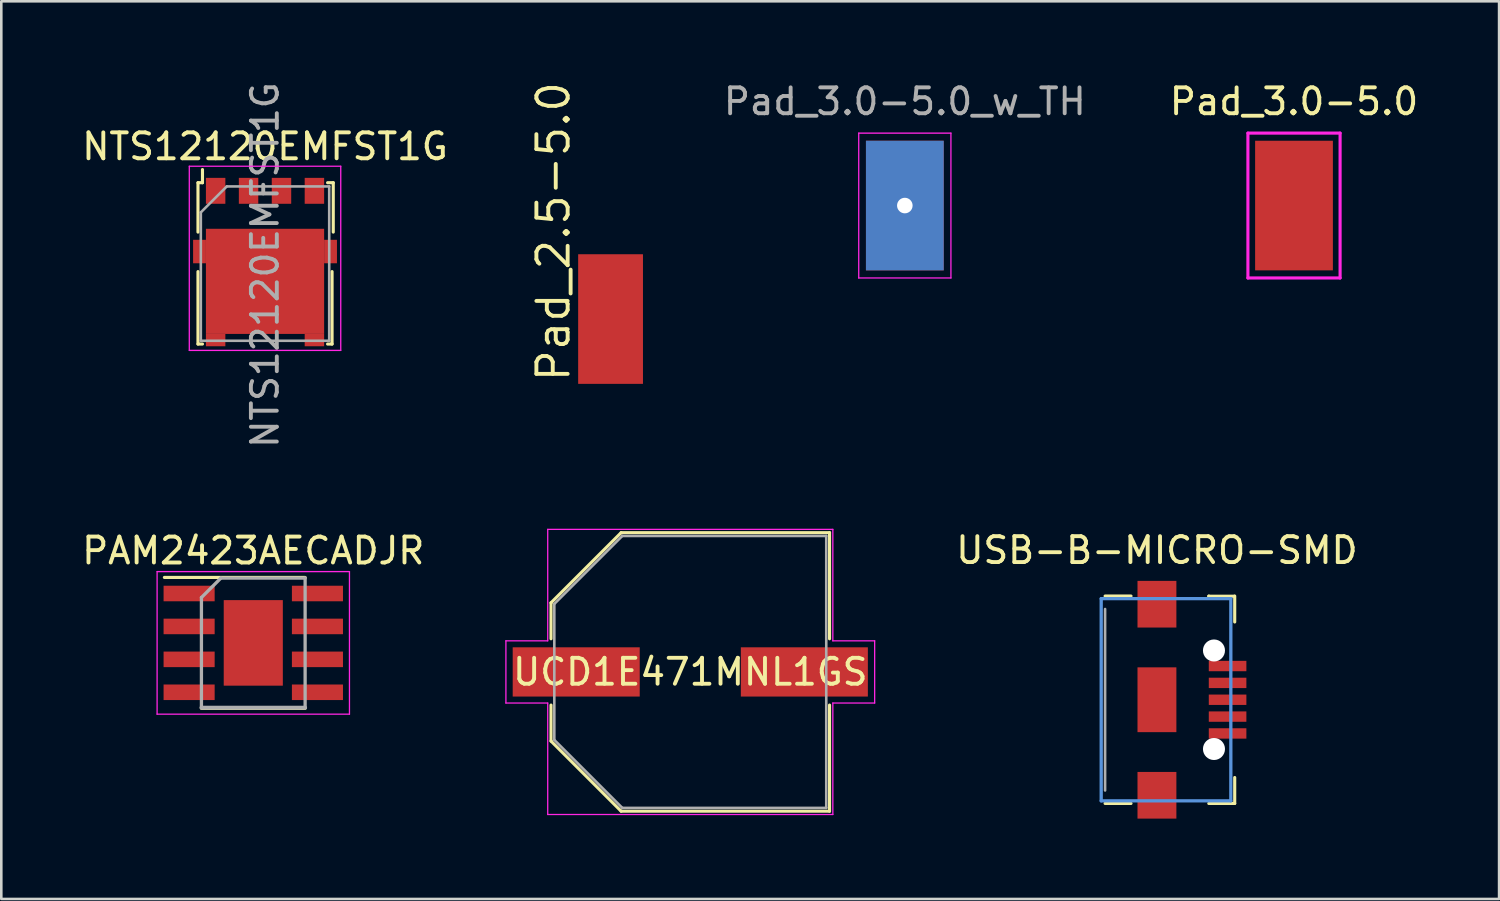
<source format=kicad_pcb>
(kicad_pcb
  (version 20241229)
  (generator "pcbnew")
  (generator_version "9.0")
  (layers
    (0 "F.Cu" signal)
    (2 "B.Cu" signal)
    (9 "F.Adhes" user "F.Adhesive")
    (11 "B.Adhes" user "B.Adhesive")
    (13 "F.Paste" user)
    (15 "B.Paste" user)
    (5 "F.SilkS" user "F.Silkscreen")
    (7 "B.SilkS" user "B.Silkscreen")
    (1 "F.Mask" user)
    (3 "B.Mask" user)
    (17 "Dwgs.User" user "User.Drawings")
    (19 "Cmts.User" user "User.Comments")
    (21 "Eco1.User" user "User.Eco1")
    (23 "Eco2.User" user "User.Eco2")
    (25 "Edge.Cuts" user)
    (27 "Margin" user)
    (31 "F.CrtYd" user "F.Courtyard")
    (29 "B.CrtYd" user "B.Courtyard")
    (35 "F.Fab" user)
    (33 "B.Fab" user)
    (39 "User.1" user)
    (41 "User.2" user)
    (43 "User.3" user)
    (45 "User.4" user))
  (footprint "Pad_2.5-5.0"
    (layer "F.Cu")
    (at 20.502 9.257)
    (property "Reference" "Pad_2.5-5.0" (at -1.5 2.5 90) (layer "F.SilkS") (effects (font (size 1.206 1.206) (thickness 0.15)) (justify left bottom)))
    (attr through_hole)
    (pad "1" smd rect (at 0 0) (size 2.5 5) (layers "F.Cu" "F.Mask" "F.Paste")))
  (footprint "PAM2423AECADJR"
    (layer "F.Cu")
    (at 6.72 21.749)
    (property "Reference" "PAM2423AECADJR" (at 0 -3.556 0) (layer "F.SilkS") (effects (font (size 1 1) (thickness 0.15))))
    (attr smd)
    (fp_line (start -3.429 -2.525) (end 2 -2.525) (stroke (width 0.12) (type solid)) (layer "F.SilkS"))
    (fp_line (start -2 2.525) (end 2 2.525) (stroke (width 0.12) (type solid)) (layer "F.SilkS"))
    (fp_line (start -3.71 -2.75) (end -3.71 2.75) (stroke (width 0.05) (type solid)) (layer "F.CrtYd"))
    (fp_line (start -3.71 -2.75) (end 3.71 -2.75) (stroke (width 0.05) (type solid)) (layer "F.CrtYd"))
    (fp_line (start -3.71 2.75) (end 3.71 2.75) (stroke (width 0.05) (type solid)) (layer "F.CrtYd"))
    (fp_line (start 3.71 -2.75) (end 3.71 2.75) (stroke (width 0.05) (type solid)) (layer "F.CrtYd"))
    (fp_line (start -2 -1.75) (end -2 2.5) (stroke (width 0.127) (type solid)) (layer "F.Fab"))
    (fp_line (start -2 -1.75) (end -1.25 -2.5) (stroke (width 0.127) (type solid)) (layer "F.Fab"))
    (fp_line (start -2 2.5) (end 2 2.5) (stroke (width 0.15) (type solid)) (layer "F.Fab"))
    (fp_line (start -1.25 -2.5) (end 2 -2.5) (stroke (width 0.127) (type solid)) (layer "F.Fab"))
    (fp_line (start 2 -2.5) (end 2 2.5) (stroke (width 0.127) (type solid)) (layer "F.Fab"))
    (pad "1" smd rect (at -2.475 -1.905) (size 1.97 0.6) (layers "F.Cu" "F.Mask" "F.Paste"))
    (pad "2" smd rect (at -2.475 -0.635) (size 1.97 0.6) (layers "F.Cu" "F.Mask" "F.Paste"))
    (pad "3" smd rect (at -2.475 0.635) (size 1.97 0.6) (layers "F.Cu" "F.Mask" "F.Paste"))
    (pad "4" smd rect (at -2.475 1.905) (size 1.97 0.6) (layers "F.Cu" "F.Mask" "F.Paste"))
    (pad "5" smd rect (at 2.475 1.905) (size 1.97 0.6) (layers "F.Cu" "F.Mask" "F.Paste"))
    (pad "6" smd rect (at 2.475 0.635) (size 1.97 0.6) (layers "F.Cu" "F.Mask" "F.Paste"))
    (pad "7" smd rect (at 2.475 -0.635) (size 1.97 0.6) (layers "F.Cu" "F.Mask" "F.Paste"))
    (pad "8" smd rect (at 2.475 -1.905) (size 1.97 0.6) (layers "F.Cu" "F.Mask" "F.Paste"))
    (pad "9" smd rect (at 0 0) (size 2.28 3.3) (layers "F.Cu" "F.Mask" "F.Paste")))
  (footprint "Pad_3.0-5.0"
    (layer "F.Cu")
    (at 46.865 4.879)
    (property "Reference" "Pad_3.0-5.0" (at 0 -3.429 180) (layer "F.SilkS") (effects (font (size 1 1) (thickness 0.15)) (justify bottom)))
    (attr through_hole)
    (fp_line (start -1.778 -2.794) (end 1.778 -2.794) (stroke (width 0.12) (type solid)) (layer "F.CrtYd"))
    (fp_line (start -1.778 2.794) (end -1.778 -2.794) (stroke (width 0.12) (type solid)) (layer "F.CrtYd"))
    (fp_line (start 1.778 -2.794) (end 1.778 2.794) (stroke (width 0.12) (type solid)) (layer "F.CrtYd"))
    (fp_line (start 1.778 2.794) (end -1.778 2.794) (stroke (width 0.12) (type solid)) (layer "F.CrtYd"))
    (pad "1" smd rect (at 0 0) (size 3 5) (layers "F.Cu" "F.Mask" "F.Paste")))
  (footprint "Pad_3.0-5.0_w_TH"
    (layer "F.Cu")
    (at 31.853 4.879)
    (property "Reference" "Pad_3.0-5.0_w_TH" (at 0 -3.429 180) (layer "F.Fab") (effects (font (size 1 1) (thickness 0.15)) (justify bottom)))
    (attr through_hole)
    (fp_line (start -1.778 -2.794) (end 1.778 -2.794) (stroke (width 0.05) (type solid)) (layer "F.CrtYd"))
    (fp_line (start -1.778 2.794) (end -1.778 -2.794) (stroke (width 0.05) (type solid)) (layer "F.CrtYd"))
    (fp_line (start 1.778 -2.794) (end 1.778 2.794) (stroke (width 0.05) (type solid)) (layer "F.CrtYd"))
    (fp_line (start 1.778 2.794) (end -1.778 2.794) (stroke (width 0.05) (type solid)) (layer "F.CrtYd"))
    (pad "1" thru_hole rect (at 0 0) (size 3 5) (drill 0.6) (layers "*.Cu" "*.Mask")))
  (footprint "UCD1E471MNL1GS"
    (layer "F.Cu")
    (at 23.577 22.869)
    (property "Reference" "UCD1E471MNL1GS" (at 0 0 0) (layer "F.SilkS") (effects (font (size 1 1) (thickness 0.15))))
    (attr smd)
    (fp_line (start -5.372 -2.667) (end -5.372 -1.279) (stroke (width 0.12) (type solid)) (layer "F.SilkS"))
    (fp_line (start -5.372 1.279) (end -5.372 2.667) (stroke (width 0.12) (type solid)) (layer "F.SilkS"))
    (fp_line (start -2.667 -5.372) (end -5.372 -2.667) (stroke (width 0.12) (type solid)) (layer "F.SilkS"))
    (fp_line (start -2.667 5.372) (end -5.372 2.667) (stroke (width 0.12) (type solid)) (layer "F.SilkS"))
    (fp_line (start -2.667 5.372) (end 5.372 5.372) (stroke (width 0.12) (type solid)) (layer "F.SilkS"))
    (fp_line (start 5.372 -5.372) (end -2.667 -5.372) (stroke (width 0.12) (type solid)) (layer "F.SilkS"))
    (fp_line (start 5.372 -1.279) (end 5.372 -5.372) (stroke (width 0.12) (type solid)) (layer "F.SilkS"))
    (fp_line (start 5.372 5.372) (end 5.372 1.279) (stroke (width 0.12) (type solid)) (layer "F.SilkS"))
    (fp_line (start -7.112 -1.2) (end -5.499 -1.2) (stroke (width 0.05) (type solid)) (layer "F.CrtYd"))
    (fp_line (start -7.112 1.2) (end -7.112 -1.2) (stroke (width 0.05) (type solid)) (layer "F.CrtYd"))
    (fp_line (start -5.499 -5.499) (end 5.499 -5.499) (stroke (width 0.05) (type solid)) (layer "F.CrtYd"))
    (fp_line (start -5.499 -1.2) (end -5.499 -5.499) (stroke (width 0.05) (type solid)) (layer "F.CrtYd"))
    (fp_line (start -5.499 1.2) (end -7.112 1.2) (stroke (width 0.05) (type solid)) (layer "F.CrtYd"))
    (fp_line (start -5.499 5.499) (end -5.499 1.2) (stroke (width 0.05) (type solid)) (layer "F.CrtYd"))
    (fp_line (start 5.499 -5.499) (end 5.499 -1.2) (stroke (width 0.05) (type solid)) (layer "F.CrtYd"))
    (fp_line (start 5.499 -1.2) (end 7.112 -1.2) (stroke (width 0.05) (type solid)) (layer "F.CrtYd"))
    (fp_line (start 5.499 1.2) (end 5.499 5.499) (stroke (width 0.05) (type solid)) (layer "F.CrtYd"))
    (fp_line (start 5.499 5.499) (end -5.499 5.499) (stroke (width 0.05) (type solid)) (layer "F.CrtYd"))
    (fp_line (start 7.112 -1.2) (end 7.112 1.2) (stroke (width 0.05) (type solid)) (layer "F.CrtYd"))
    (fp_line (start 7.112 1.2) (end 5.499 1.2) (stroke (width 0.05) (type solid)) (layer "F.CrtYd"))
    (fp_line (start -5.245 -2.623) (end -5.245 2.623) (stroke (width 0.1) (type solid)) (layer "F.Fab"))
    (fp_line (start -5.245 -2.623) (end -2.623 -5.245) (stroke (width 0.1) (type solid)) (layer "F.Fab"))
    (fp_line (start -5.245 2.623) (end -2.623 5.245) (stroke (width 0.1) (type solid)) (layer "F.Fab"))
    (fp_line (start -2.623 5.245) (end 5.245 5.245) (stroke (width 0.1) (type solid)) (layer "F.Fab"))
    (fp_line (start 5.245 -5.245) (end -2.623 -5.245) (stroke (width 0.1) (type solid)) (layer "F.Fab"))
    (fp_line (start 5.245 5.245) (end 5.245 -5.245) (stroke (width 0.1) (type solid)) (layer "F.Fab"))
    (pad "1" smd rect (at -4.4 0) (size 4.9 1.9) (layers "F.Cu" "F.Mask" "F.Paste"))
    (pad "2" smd rect (at 4.4 0) (size 4.9 1.9) (layers "F.Cu" "F.Mask" "F.Paste")))
  (footprint "NTS12120EMFST1G"
    (layer "F.Cu")
    (at 7.173 5.776)
    (property "Reference" "NTS12120EMFST1G" (at 0 -3.175 0) (layer "F.SilkS") (effects (font (size 1 1) (thickness 0.15))))
    (attr smd)
    (fp_line (start -2.586 0.127) (end -2.586 -1.778) (stroke (width 0.12) (type solid)) (layer "F.SilkS"))
    (fp_line (start -2.586 4.445) (end -2.586 1.651) (stroke (width 0.12) (type solid)) (layer "F.SilkS"))
    (fp_line (start -2.586 4.445) (end -2.413 4.445) (stroke (width 0.12) (type solid)) (layer "F.SilkS"))
    (fp_line (start -2.413 -1.778) (end -2.586 -1.778) (stroke (width 0.12) (type solid)) (layer "F.SilkS"))
    (fp_line (start -2.413 -1.778) (end -2.413 -2.286) (stroke (width 0.12) (type solid)) (layer "F.SilkS"))
    (fp_line (start 2.413 -1.778) (end 2.632 -1.778) (stroke (width 0.12) (type solid)) (layer "F.SilkS"))
    (fp_line (start 2.413 4.445) (end 2.586 4.445) (stroke (width 0.12) (type solid)) (layer "F.SilkS"))
    (fp_line (start 2.586 4.445) (end 2.586 1.651) (stroke (width 0.12) (type solid)) (layer "F.SilkS"))
    (fp_line (start 2.632 0.127) (end 2.632 -1.778) (stroke (width 0.12) (type solid)) (layer "F.SilkS"))
    (fp_line (start -2.921 -2.413) (end -2.921 4.69) (stroke (width 0.05) (type solid)) (layer "F.CrtYd"))
    (fp_line (start -2.921 4.69) (end 2.921 4.69) (stroke (width 0.05) (type solid)) (layer "F.CrtYd"))
    (fp_line (start 2.921 -2.413) (end -2.921 -2.413) (stroke (width 0.05) (type solid)) (layer "F.CrtYd"))
    (fp_line (start 2.921 4.69) (end 2.921 -2.413) (stroke (width 0.05) (type solid)) (layer "F.CrtYd"))
    (fp_line (start -2.476 -0.635) (end -2.476 4.318) (stroke (width 0.1) (type solid)) (layer "F.Fab"))
    (fp_line (start -2.476 -0.635) (end -1.476 -1.635) (stroke (width 0.1) (type solid)) (layer "F.Fab"))
    (fp_line (start -2.476 4.318) (end 2.476 4.318) (stroke (width 0.1) (type solid)) (layer "F.Fab"))
    (fp_line (start 2.476 -1.635) (end -1.476 -1.635) (stroke (width 0.1) (type solid)) (layer "F.Fab"))
    (fp_line (start 2.476 4.318) (end 2.476 -1.635) (stroke (width 0.1) (type solid)) (layer "F.Fab"))
    (fp_text user "${REFERENCE}" (at 0 1.397 270) (layer "F.Fab") (effects (font (size 1 1) (thickness 0.15))))
    (pad "1" smd rect (at -1.905 -1.465) (size 0.75 1) (layers "F.Cu" "F.Mask" "F.Paste"))
    (pad "2" smd rect (at -0.635 -1.465) (size 0.75 1) (layers "F.Cu" "F.Mask" "F.Paste"))
    (pad "3" smd rect (at 0.635 -1.465) (size 0.75 1) (layers "F.Cu" "F.Mask" "F.Paste"))
    (pad "4" smd rect (at 1.905 -1.465) (size 0.75 1) (layers "F.Cu" "F.Mask" "F.Paste"))
    (pad "5" smd rect (at -2.527 0.877) (size 0.495 0.905) (layers "F.Cu" "F.Mask" "F.Paste"))
    (pad "5" smd rect (at -1.905 4.293) (size 0.75 0.475) (layers "F.Cu" "F.Mask" "F.Paste"))
    (pad "5" smd rect (at 0 2.027) (size 4.56 4.055) (layers "F.Cu" "F.Mask" "F.Paste"))
    (pad "5" smd rect (at 1.905 4.293) (size 0.75 0.475) (layers "F.Cu" "F.Mask" "F.Paste"))
    (pad "5" smd rect (at 2.527 0.877) (size 0.495 0.905) (layers "F.Cu" "F.Mask" "F.Paste")))
  (footprint "USB-B-MICRO-SMD"
    (layer "F.Cu")
    (at 41.578 23.942)
    (property "Reference" "USB-B-MICRO-SMD" (at 0 -6.35 0) (layer "F.SilkS") (effects (font (size 1 1) (thickness 0.15)) (justify top)))
    (attr through_hole)
    (fp_poly (pts (xy -0.85 -2.684) (xy 0.85 -2.684) (xy 0.85 -4.684) (xy -0.85 -4.684)) (stroke (width 0) (type solid)) (fill yes) (layer "F.Mask"))
    (fp_poly (pts (xy -0.85 1.35) (xy 0.85 1.35) (xy 0.85 -1.35) (xy -0.85 -1.35)) (stroke (width 0) (type solid)) (fill yes) (layer "F.Mask"))
    (fp_poly (pts (xy -0.85 4.684) (xy 0.85 4.684) (xy 0.85 2.684) (xy -0.85 2.684)) (stroke (width 0) (type solid)) (fill yes) (layer "F.Mask"))
    (fp_line (start -1 -4) (end -2 -4) (stroke (width 0.12) (type solid)) (layer "F.SilkS"))
    (fp_line (start -1 4) (end -2 4) (stroke (width 0.12) (type solid)) (layer "F.SilkS"))
    (fp_line (start 2 -3.993) (end 2 -4) (stroke (width 0.12) (type solid)) (layer "F.SilkS"))
    (fp_line (start 2 4) (end 3 4) (stroke (width 0.12) (type solid)) (layer "F.SilkS"))
    (fp_line (start 2.982 -3.993) (end 2 -3.993) (stroke (width 0.12) (type solid)) (layer "F.SilkS"))
    (fp_line (start 3 -4) (end 3 -3) (stroke (width 0.12) (type solid)) (layer "F.SilkS"))
    (fp_line (start 3 4) (end 3 3) (stroke (width 0.12) (type solid)) (layer "F.SilkS"))
    (fp_poly (pts (xy -0.75 -2.784) (xy 0.75 -2.784) (xy 0.75 -4.584) (xy -0.75 -4.584)) (stroke (width 0) (type solid)) (fill yes) (layer "F.Paste"))
    (fp_poly (pts (xy -0.75 4.584) (xy 0.75 4.584) (xy 0.75 2.784) (xy -0.75 2.784)) (stroke (width 0) (type solid)) (fill yes) (layer "F.Paste"))
    (fp_poly (pts (xy -0.35 0.75) (xy 0.35 0.75) (xy 0.35 -0.75) (xy -0.35 -0.75)) (stroke (width 0) (type solid)) (fill yes) (layer "F.Paste"))
    (fp_line (start -2.15 -3.9) (end -2.15 3.9) (stroke (width 0.127) (type solid)) (layer "Cmts.User"))
    (fp_line (start 2.85 -3.9) (end -2.15 -3.9) (stroke (width 0.127) (type solid)) (layer "Cmts.User"))
    (fp_line (start 2.85 -3.9) (end 2.85 3.9) (stroke (width 0.127) (type solid)) (layer "Cmts.User"))
    (fp_line (start 2.85 3.9) (end -2.15 3.9) (stroke (width 0.127) (type solid)) (layer "Cmts.User"))
    (fp_line (start -2 -3.5) (end -2 3.5) (stroke (width 0.1) (type solid)) (layer "F.Fab"))
    (pad "" np_thru_hole circle (at 2.2 -1.9) (size 0.85 0.85) (drill 0.85) (layers "*.Cu" "*.Mask"))
    (pad "" np_thru_hole circle (at 2.2 1.9) (size 0.85 0.85) (drill 0.85) (layers "*.Cu" "*.Mask"))
    (pad "D+" smd rect (at 2.725 0 90) (size 0.4 1.45) (layers "F.Cu" "F.Mask" "F.Paste"))
    (pad "D-" smd rect (at 2.725 -0.65 90) (size 0.4 1.45) (layers "F.Cu" "F.Mask" "F.Paste"))
    (pad "GND" smd rect (at 2.725 1.3 90) (size 0.4 1.45) (layers "F.Cu" "F.Mask" "F.Paste"))
    (pad "ID" smd rect (at 2.725 0.65 90) (size 0.4 1.45) (layers "F.Cu" "F.Mask" "F.Paste"))
    (pad "SHIELD1" smd rect (at 0 -3.685 90) (size 1.8 1.5) (layers "F.Cu" "F.Mask"))
    (pad "SHIELD2" smd rect (at 0 3.685 90) (size 1.8 1.5) (layers "F.Cu" "F.Mask"))
    (pad "SHIELD3" smd rect (at 0 0 90) (size 2.5 1.5) (layers "F.Cu" "F.Mask"))
    (pad "VBUS" smd rect (at 2.725 -1.3 90) (size 0.4 1.45) (layers "F.Cu" "F.Mask" "F.Paste")))
  (gr_rect
    (start -3 -3)
    (end 54.776 31.626)
    (stroke (width 0.1) (type default))
    (fill no)
    (layer "Edge.Cuts")))
</source>
